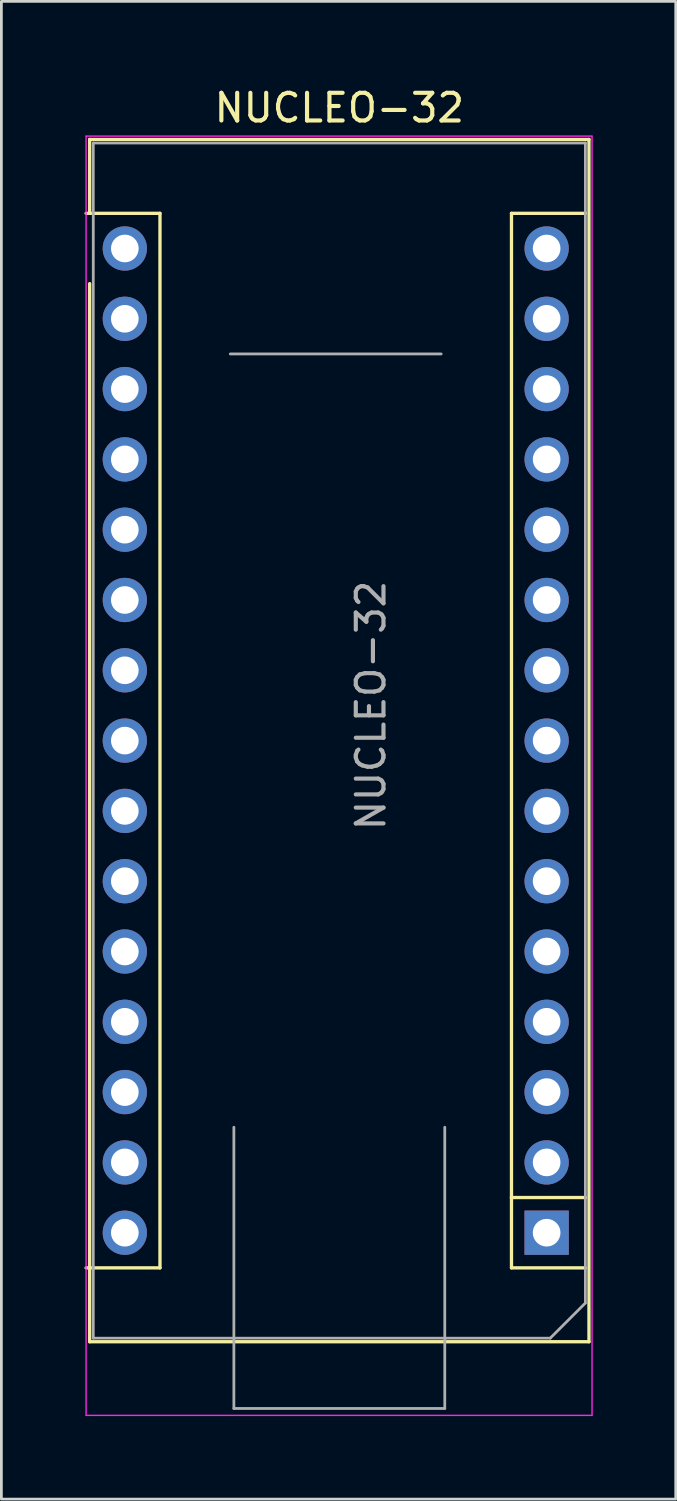
<source format=kicad_pcb>
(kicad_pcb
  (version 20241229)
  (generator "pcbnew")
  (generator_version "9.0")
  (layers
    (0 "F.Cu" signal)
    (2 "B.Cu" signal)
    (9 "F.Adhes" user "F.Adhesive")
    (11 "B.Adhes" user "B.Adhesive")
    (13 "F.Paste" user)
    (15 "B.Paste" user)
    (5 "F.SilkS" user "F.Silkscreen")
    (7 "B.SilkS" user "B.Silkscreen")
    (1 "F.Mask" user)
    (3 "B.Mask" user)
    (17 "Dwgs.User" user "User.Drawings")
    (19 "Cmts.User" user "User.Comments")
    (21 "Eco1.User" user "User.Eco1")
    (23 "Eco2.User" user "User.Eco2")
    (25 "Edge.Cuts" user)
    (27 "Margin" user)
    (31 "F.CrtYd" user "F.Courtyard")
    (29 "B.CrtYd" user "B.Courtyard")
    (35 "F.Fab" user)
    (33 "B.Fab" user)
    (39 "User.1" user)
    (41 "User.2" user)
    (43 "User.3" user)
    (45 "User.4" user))
  (footprint "NUCLEO-32"
    (layer "F.Cu")
    (at 1.59 5.928)
    (property "Reference" "NUCLEO-32" (at 7.62 -5.08 0) (layer "F.SilkS") (effects (font (size 1 1) (thickness 0.15))))
    (attr through_hole)
    (fp_line (start -1.4 -3.94) (end -1.4 -1.27) (stroke (width 0.12) (type solid)) (layer "F.SilkS"))
    (fp_line (start -1.4 1.27) (end -1.4 39.5) (stroke (width 0.12) (type solid)) (layer "F.SilkS"))
    (fp_line (start -1.4 39.5) (end 16.64 39.5) (stroke (width 0.12) (type solid)) (layer "F.SilkS"))
    (fp_line (start 1.14 -1.27) (end -1.53 -1.27) (stroke (width 0.12) (type solid)) (layer "F.SilkS"))
    (fp_line (start 1.14 36.83) (end -1.53 36.83) (stroke (width 0.12) (type solid)) (layer "F.SilkS"))
    (fp_line (start 1.14 36.83) (end 1.14 -1.27) (stroke (width 0.12) (type solid)) (layer "F.SilkS"))
    (fp_line (start 13.84 -1.27) (end 16.51 -1.27) (stroke (width 0.12) (type solid)) (layer "F.SilkS"))
    (fp_line (start 13.84 34.29) (end 13.84 -1.27) (stroke (width 0.12) (type solid)) (layer "F.SilkS"))
    (fp_line (start 13.84 34.29) (end 13.84 36.83) (stroke (width 0.12) (type solid)) (layer "F.SilkS"))
    (fp_line (start 13.84 34.29) (end 16.51 34.29) (stroke (width 0.12) (type solid)) (layer "F.SilkS"))
    (fp_line (start 13.84 36.83) (end 16.51 36.83) (stroke (width 0.12) (type solid)) (layer "F.SilkS"))
    (fp_line (start 16.64 -3.94) (end -1.4 -3.94) (stroke (width 0.12) (type solid)) (layer "F.SilkS"))
    (fp_line (start 16.64 39.5) (end 16.64 -3.94) (stroke (width 0.12) (type solid)) (layer "F.SilkS"))
    (fp_line (start -1.53 -4.06) (end -1.53 42.16) (stroke (width 0.05) (type solid)) (layer "F.CrtYd"))
    (fp_line (start -1.53 -4.06) (end 16.75 -4.06) (stroke (width 0.05) (type solid)) (layer "F.CrtYd"))
    (fp_line (start 16.75 42.16) (end -1.53 42.16) (stroke (width 0.05) (type solid)) (layer "F.CrtYd"))
    (fp_line (start 16.75 42.16) (end 16.75 -4.06) (stroke (width 0.05) (type solid)) (layer "F.CrtYd"))
    (fp_line (start -1.27 -3.81) (end 16.51 -3.81) (stroke (width 0.1) (type solid)) (layer "F.Fab"))
    (fp_line (start -1.27 39.37) (end -1.27 -3.81) (stroke (width 0.1) (type solid)) (layer "F.Fab"))
    (fp_line (start 3.81 41.91) (end 3.81 31.75) (stroke (width 0.1) (type solid)) (layer "F.Fab"))
    (fp_line (start 11.3 3.81) (end 3.68 3.81) (stroke (width 0.1) (type solid)) (layer "F.Fab"))
    (fp_line (start 11.43 31.75) (end 11.43 41.91) (stroke (width 0.1) (type solid)) (layer "F.Fab"))
    (fp_line (start 11.43 41.91) (end 3.81 41.91) (stroke (width 0.1) (type solid)) (layer "F.Fab"))
    (fp_line (start 15.24 39.37) (end -1.27 39.37) (stroke (width 0.1) (type solid)) (layer "F.Fab"))
    (fp_line (start 16.51 -3.81) (end 16.51 38.1) (stroke (width 0.1) (type solid)) (layer "F.Fab"))
    (fp_line (start 16.51 38.1) (end 15.24 39.37) (stroke (width 0.1) (type solid)) (layer "F.Fab"))
    (fp_text user "${REFERENCE}" (at 8.76 16.51 270) (layer "F.Fab") (effects (font (size 1 1) (thickness 0.15))))
    (pad "1" thru_hole rect (at 15.11 35.56 180) (size 1.6 1.6) (drill 1) (layers "*.Cu" "*.Mask"))
    (pad "2" thru_hole oval (at 15.11 33.02 180) (size 1.6 1.6) (drill 1) (layers "*.Cu" "*.Mask"))
    (pad "3" thru_hole oval (at 15.11 30.48 180) (size 1.6 1.6) (drill 1) (layers "*.Cu" "*.Mask"))
    (pad "4" thru_hole oval (at 15.11 27.94 180) (size 1.6 1.6) (drill 1) (layers "*.Cu" "*.Mask"))
    (pad "5" thru_hole oval (at 15.11 25.4 180) (size 1.6 1.6) (drill 1) (layers "*.Cu" "*.Mask"))
    (pad "6" thru_hole oval (at 15.11 22.86 180) (size 1.6 1.6) (drill 1) (layers "*.Cu" "*.Mask"))
    (pad "7" thru_hole oval (at 15.11 20.32 180) (size 1.6 1.6) (drill 1) (layers "*.Cu" "*.Mask"))
    (pad "8" thru_hole oval (at 15.11 17.78 180) (size 1.6 1.6) (drill 1) (layers "*.Cu" "*.Mask"))
    (pad "9" thru_hole oval (at 15.11 15.24 180) (size 1.6 1.6) (drill 1) (layers "*.Cu" "*.Mask"))
    (pad "10" thru_hole oval (at 15.11 12.7 180) (size 1.6 1.6) (drill 1) (layers "*.Cu" "*.Mask"))
    (pad "11" thru_hole oval (at 15.11 10.16 180) (size 1.6 1.6) (drill 1) (layers "*.Cu" "*.Mask"))
    (pad "12" thru_hole oval (at 15.11 7.62 180) (size 1.6 1.6) (drill 1) (layers "*.Cu" "*.Mask"))
    (pad "13" thru_hole oval (at 15.11 5.08 180) (size 1.6 1.6) (drill 1) (layers "*.Cu" "*.Mask"))
    (pad "14" thru_hole oval (at 15.11 2.54 180) (size 1.6 1.6) (drill 1) (layers "*.Cu" "*.Mask"))
    (pad "15" thru_hole oval (at 15.11 0 180) (size 1.6 1.6) (drill 1) (layers "*.Cu" "*.Mask"))
    (pad "16" thru_hole oval (at -0.13 0 180) (size 1.6 1.6) (drill 1) (layers "*.Cu" "*.Mask"))
    (pad "17" thru_hole oval (at -0.13 2.54 180) (size 1.6 1.6) (drill 1) (layers "*.Cu" "*.Mask"))
    (pad "18" thru_hole oval (at -0.13 5.08 180) (size 1.6 1.6) (drill 1) (layers "*.Cu" "*.Mask"))
    (pad "19" thru_hole oval (at -0.13 7.62 180) (size 1.6 1.6) (drill 1) (layers "*.Cu" "*.Mask"))
    (pad "20" thru_hole oval (at -0.13 10.16 180) (size 1.6 1.6) (drill 1) (layers "*.Cu" "*.Mask"))
    (pad "21" thru_hole oval (at -0.13 12.7 180) (size 1.6 1.6) (drill 1) (layers "*.Cu" "*.Mask"))
    (pad "22" thru_hole oval (at -0.13 15.24 180) (size 1.6 1.6) (drill 1) (layers "*.Cu" "*.Mask"))
    (pad "23" thru_hole oval (at -0.13 17.78 180) (size 1.6 1.6) (drill 1) (layers "*.Cu" "*.Mask"))
    (pad "24" thru_hole oval (at -0.13 20.32 180) (size 1.6 1.6) (drill 1) (layers "*.Cu" "*.Mask"))
    (pad "25" thru_hole oval (at -0.13 22.86 180) (size 1.6 1.6) (drill 1) (layers "*.Cu" "*.Mask"))
    (pad "26" thru_hole oval (at -0.13 25.4 180) (size 1.6 1.6) (drill 1) (layers "*.Cu" "*.Mask"))
    (pad "27" thru_hole oval (at -0.13 27.94 180) (size 1.6 1.6) (drill 1) (layers "*.Cu" "*.Mask"))
    (pad "28" thru_hole oval (at -0.13 30.48 180) (size 1.6 1.6) (drill 1) (layers "*.Cu" "*.Mask"))
    (pad "29" thru_hole oval (at -0.13 33.02 180) (size 1.6 1.6) (drill 1) (layers "*.Cu" "*.Mask"))
    (pad "30" thru_hole oval (at -0.13 35.56 180) (size 1.6 1.6) (drill 1) (layers "*.Cu" "*.Mask")))
  (gr_rect
    (start -3 -3)
    (end 21.365 51.113)
    (stroke (width 0.1) (type default))
    (fill no)
    (layer "Edge.Cuts")))
</source>
